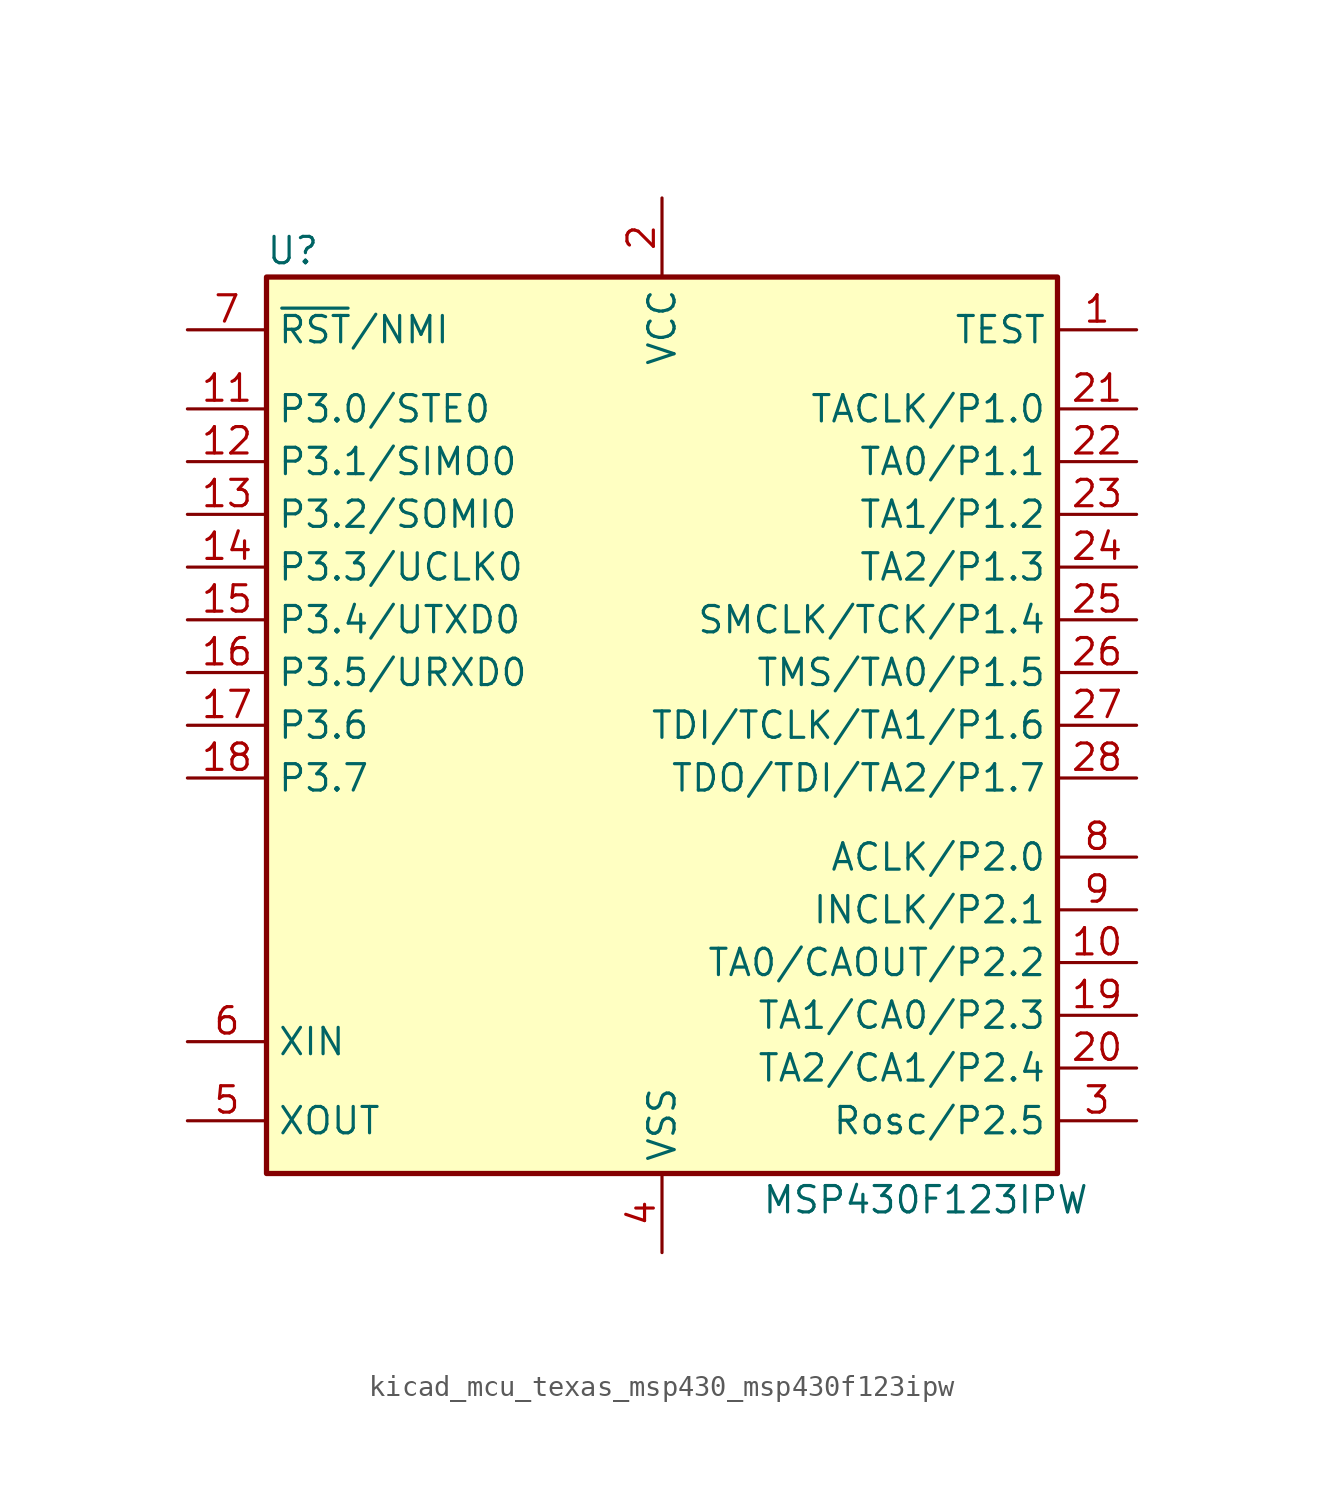
<source format=kicad_sym>
(kicad_symbol_lib
  (version 20220914)
  (generator kicad_symbol_editor)
  (symbol "kicad_mcu_texas_msp430_msp430f123ipw"
    (property "Reference" "U"
      (at -17.78 22.86 0)
      (effects (font (size 1.27 1.27))))
    (property "Value" "MSP430F123IPW"
      (at 12.7 -22.86 0)
      (effects (font (size 1.27 1.27))))
    (symbol "kicad_mcu_texas_msp430_msp430f123ipw_0_1"
      (rectangle (start -19.05 21.59) (end 19.05 -21.59) (stroke (width 0.254) (type default)) (fill (type background))))
    (symbol "kicad_mcu_texas_msp430_msp430f123ipw_1_1"
      (pin input line (at 22.86 19.05 180) (length 3.81) (name "TEST" (effects (font (size 1.27 1.27)))) (number "1" (effects (font (size 1.27 1.27)))))
      (pin bidirectional line (at 22.86 -11.43 180) (length 3.81) (name "TA0/CAOUT/P2.2" (effects (font (size 1.27 1.27)))) (number "10" (effects (font (size 1.27 1.27)))))
      (pin bidirectional line (at -22.86 15.24 0) (length 3.81) (name "P3.0/STE0" (effects (font (size 1.27 1.27)))) (number "11" (effects (font (size 1.27 1.27)))))
      (pin bidirectional line (at -22.86 12.7 0) (length 3.81) (name "P3.1/SIMO0" (effects (font (size 1.27 1.27)))) (number "12" (effects (font (size 1.27 1.27)))))
      (pin bidirectional line (at -22.86 10.16 0) (length 3.81) (name "P3.2/SOMI0" (effects (font (size 1.27 1.27)))) (number "13" (effects (font (size 1.27 1.27)))))
      (pin bidirectional line (at -22.86 7.62 0) (length 3.81) (name "P3.3/UCLK0" (effects (font (size 1.27 1.27)))) (number "14" (effects (font (size 1.27 1.27)))))
      (pin bidirectional line (at -22.86 5.08 0) (length 3.81) (name "P3.4/UTXD0" (effects (font (size 1.27 1.27)))) (number "15" (effects (font (size 1.27 1.27)))))
      (pin bidirectional line (at -22.86 2.54 0) (length 3.81) (name "P3.5/URXD0" (effects (font (size 1.27 1.27)))) (number "16" (effects (font (size 1.27 1.27)))))
      (pin bidirectional line (at -22.86 0 0) (length 3.81) (name "P3.6" (effects (font (size 1.27 1.27)))) (number "17" (effects (font (size 1.27 1.27)))))
      (pin bidirectional line (at -22.86 -2.54 0) (length 3.81) (name "P3.7" (effects (font (size 1.27 1.27)))) (number "18" (effects (font (size 1.27 1.27)))))
      (pin bidirectional line (at 22.86 -13.97 180) (length 3.81) (name "TA1/CA0/P2.3" (effects (font (size 1.27 1.27)))) (number "19" (effects (font (size 1.27 1.27)))))
      (pin power_in line (at 0 25.4 270) (length 3.81) (name "VCC" (effects (font (size 1.27 1.27)))) (number "2" (effects (font (size 1.27 1.27)))))
      (pin bidirectional line (at 22.86 -16.51 180) (length 3.81) (name "TA2/CA1/P2.4" (effects (font (size 1.27 1.27)))) (number "20" (effects (font (size 1.27 1.27)))))
      (pin bidirectional line (at 22.86 15.24 180) (length 3.81) (name "TACLK/P1.0" (effects (font (size 1.27 1.27)))) (number "21" (effects (font (size 1.27 1.27)))))
      (pin bidirectional line (at 22.86 12.7 180) (length 3.81) (name "TA0/P1.1" (effects (font (size 1.27 1.27)))) (number "22" (effects (font (size 1.27 1.27)))))
      (pin bidirectional line (at 22.86 10.16 180) (length 3.81) (name "TA1/P1.2" (effects (font (size 1.27 1.27)))) (number "23" (effects (font (size 1.27 1.27)))))
      (pin bidirectional line (at 22.86 7.62 180) (length 3.81) (name "TA2/P1.3" (effects (font (size 1.27 1.27)))) (number "24" (effects (font (size 1.27 1.27)))))
      (pin bidirectional line (at 22.86 5.08 180) (length 3.81) (name "SMCLK/TCK/P1.4" (effects (font (size 1.27 1.27)))) (number "25" (effects (font (size 1.27 1.27)))))
      (pin bidirectional line (at 22.86 2.54 180) (length 3.81) (name "TMS/TA0/P1.5" (effects (font (size 1.27 1.27)))) (number "26" (effects (font (size 1.27 1.27)))))
      (pin bidirectional line (at 22.86 0 180) (length 3.81) (name "TDI/TCLK/TA1/P1.6" (effects (font (size 1.27 1.27)))) (number "27" (effects (font (size 1.27 1.27)))))
      (pin bidirectional line (at 22.86 -2.54 180) (length 3.81) (name "TDO/TDI/TA2/P1.7" (effects (font (size 1.27 1.27)))) (number "28" (effects (font (size 1.27 1.27)))))
      (pin bidirectional line (at 22.86 -19.05 180) (length 3.81) (name "Rosc/P2.5" (effects (font (size 1.27 1.27)))) (number "3" (effects (font (size 1.27 1.27)))))
      (pin power_in line (at 0 -25.4 90) (length 3.81) (name "VSS" (effects (font (size 1.27 1.27)))) (number "4" (effects (font (size 1.27 1.27)))))
      (pin output line (at -22.86 -19.05 0) (length 3.81) (name "XOUT" (effects (font (size 1.27 1.27)))) (number "5" (effects (font (size 1.27 1.27)))))
      (pin input line (at -22.86 -15.24 0) (length 3.81) (name "XIN" (effects (font (size 1.27 1.27)))) (number "6" (effects (font (size 1.27 1.27)))))
      (pin input line (at -22.86 19.05 0) (length 3.81) (name "~{RST}/NMI" (effects (font (size 1.27 1.27)))) (number "7" (effects (font (size 1.27 1.27)))))
      (pin bidirectional line (at 22.86 -6.35 180) (length 3.81) (name "ACLK/P2.0" (effects (font (size 1.27 1.27)))) (number "8" (effects (font (size 1.27 1.27)))))
      (pin bidirectional line (at 22.86 -8.89 180) (length 3.81) (name "INCLK/P2.1" (effects (font (size 1.27 1.27)))) (number "9" (effects (font (size 1.27 1.27))))))))
</source>
